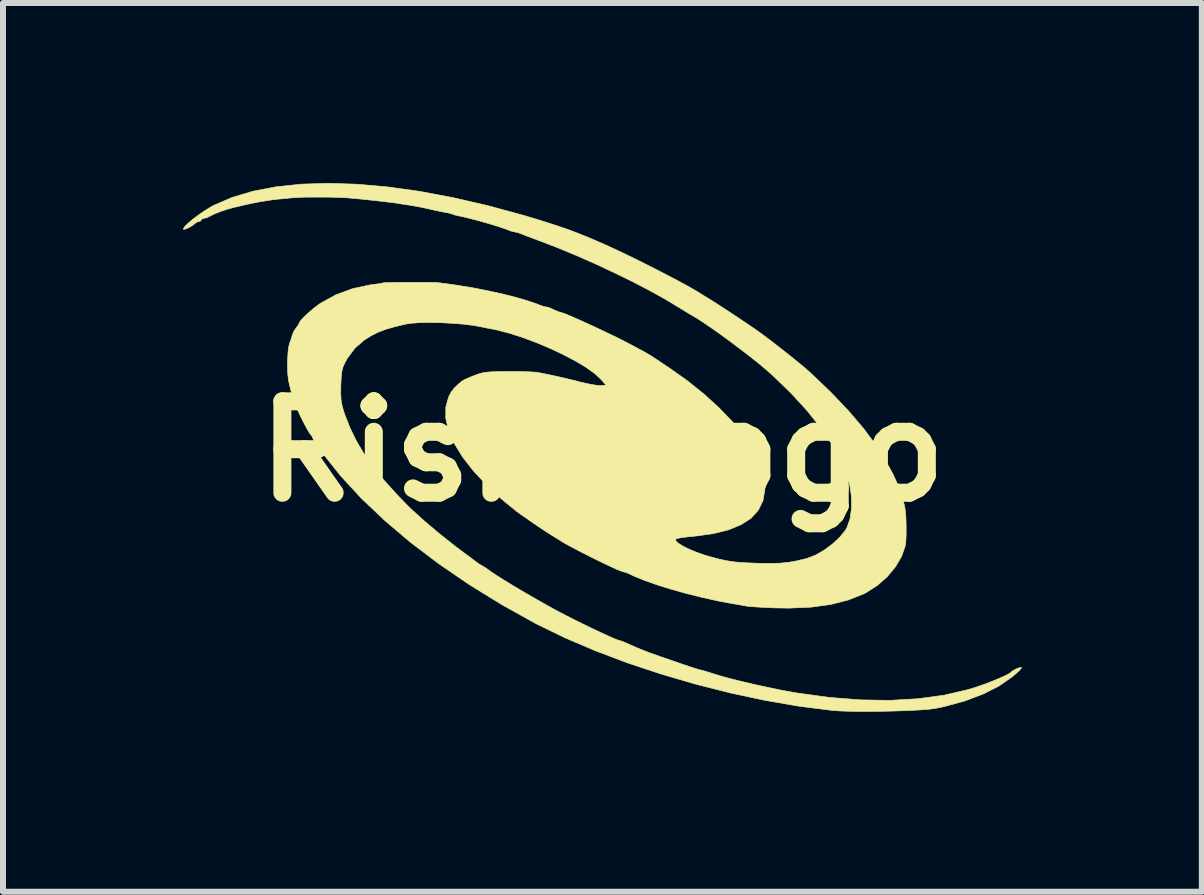
<source format=kicad_pcb>
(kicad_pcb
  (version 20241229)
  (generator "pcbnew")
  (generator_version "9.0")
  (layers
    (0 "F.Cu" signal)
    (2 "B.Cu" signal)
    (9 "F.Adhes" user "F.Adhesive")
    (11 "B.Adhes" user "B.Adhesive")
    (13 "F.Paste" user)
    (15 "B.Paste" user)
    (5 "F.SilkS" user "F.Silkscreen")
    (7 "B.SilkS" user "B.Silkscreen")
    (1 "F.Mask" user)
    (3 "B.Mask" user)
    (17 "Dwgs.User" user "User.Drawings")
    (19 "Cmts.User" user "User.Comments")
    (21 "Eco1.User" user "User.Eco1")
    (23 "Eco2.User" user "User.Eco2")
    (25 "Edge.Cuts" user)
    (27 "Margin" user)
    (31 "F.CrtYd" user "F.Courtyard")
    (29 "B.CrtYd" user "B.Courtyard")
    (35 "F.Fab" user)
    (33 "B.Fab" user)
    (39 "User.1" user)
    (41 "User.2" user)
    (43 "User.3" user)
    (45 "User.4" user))
  (footprint "RiskeLogo"
    (layer "F.Cu")
    (at 6.99 4.473)
    (property "Reference" "RiskeLogo" (at 0 0 0) (layer "F.SilkS") (effects (font (size 1.524 1.524) (thickness 0.3))))
    (attr through_hole)
    (fp_poly (pts (xy -4.089 -4.453) (xy -3.581 -4.408) (xy -3.048 -4.334) (xy -2.493 -4.23) (xy -1.917 -4.098) (xy -1.322 -3.936) (xy -1.029 -3.848) (xy -0.795 -3.773) (xy -0.588 -3.703) (xy -0.394 -3.63) (xy -0.197 -3.55) (xy 0.017 -3.457) (xy 0.229 -3.36) (xy 0.377 -3.29) (xy 0.546 -3.208) (xy 0.726 -3.118) (xy 0.91 -3.025) (xy 1.089 -2.932) (xy 1.255 -2.845) (xy 1.4 -2.767) (xy 1.515 -2.702) (xy 1.589 -2.658) (xy 1.665 -2.61) (xy 1.754 -2.556) (xy 1.78 -2.54) (xy 1.838 -2.504) (xy 1.927 -2.447) (xy 2.038 -2.375) (xy 2.161 -2.294) (xy 2.284 -2.213) (xy 2.399 -2.136) (xy 2.494 -2.071) (xy 2.54 -2.04) (xy 2.657 -1.956) (xy 2.796 -1.852) (xy 2.946 -1.736) (xy 3.098 -1.617) (xy 3.24 -1.502) (xy 3.364 -1.4) (xy 3.457 -1.319) (xy 3.464 -1.312) (xy 3.802 -0.99) (xy 4.098 -0.679) (xy 4.351 -0.383) (xy 4.56 -0.102) (xy 4.723 0.162) (xy 4.725 0.165) (xy 4.771 0.248) (xy 4.809 0.317) (xy 4.83 0.356) (xy 4.858 0.412) (xy 4.895 0.495) (xy 4.934 0.588) (xy 4.968 0.673) (xy 4.991 0.736) (xy 4.995 0.749) (xy 5.009 0.805) (xy 5.029 0.884) (xy 5.037 0.914) (xy 5.049 0.993) (xy 5.058 1.106) (xy 5.062 1.237) (xy 5.062 1.369) (xy 5.058 1.485) (xy 5.048 1.57) (xy 5.047 1.575) (xy 4.987 1.748) (xy 4.885 1.922) (xy 4.749 2.086) (xy 4.586 2.231) (xy 4.403 2.349) (xy 4.364 2.37) (xy 4.102 2.475) (xy 3.807 2.551) (xy 3.477 2.596) (xy 3.109 2.612) (xy 2.871 2.608) (xy 2.729 2.602) (xy 2.602 2.595) (xy 2.499 2.588) (xy 2.431 2.582) (xy 2.413 2.58) (xy 2.356 2.57) (xy 2.268 2.554) (xy 2.172 2.538) (xy 1.926 2.492) (xy 1.669 2.435) (xy 1.41 2.371) (xy 1.159 2.301) (xy 0.925 2.229) (xy 0.717 2.156) (xy 0.545 2.087) (xy 0.463 2.048) (xy 0.399 2.02) (xy 0.35 2.007) (xy 0.347 2.007) (xy 0.31 1.995) (xy 0.237 1.965) (xy 0.135 1.918) (xy 0.013 1.86) (xy -0.121 1.795) (xy -0.259 1.726) (xy -0.392 1.658) (xy -0.513 1.594) (xy -0.613 1.54) (xy -0.683 1.498) (xy -0.686 1.496) (xy -0.745 1.459) (xy -0.824 1.41) (xy -0.87 1.382) (xy -0.951 1.33) (xy -1.053 1.262) (xy -1.155 1.193) (xy -1.162 1.188) (xy -1.248 1.127) (xy -1.324 1.075) (xy -1.374 1.04) (xy -1.381 1.035) (xy -1.433 0.998) (xy -1.457 0.978) (xy -1.491 0.949) (xy -1.551 0.901) (xy -1.613 0.851) (xy -1.69 0.786) (xy -1.785 0.7) (xy -1.883 0.607) (xy -1.919 0.572) (xy -2.149 0.326) (xy -2.333 0.089) (xy -2.472 -0.137) (xy -2.565 -0.351) (xy -2.611 -0.552) (xy -2.61 -0.739) (xy -2.564 -0.904) (xy -2.522 -0.986) (xy -2.467 -1.058) (xy -2.386 -1.134) (xy -2.343 -1.17) (xy -2.304 -1.192) (xy -2.233 -1.225) (xy -2.144 -1.261) (xy -2.14 -1.263) (xy -2.07 -1.289) (xy -2.006 -1.307) (xy -1.939 -1.319) (xy -1.855 -1.326) (xy -1.745 -1.33) (xy -1.597 -1.332) (xy -1.575 -1.332) (xy -1.43 -1.331) (xy -1.294 -1.329) (xy -1.181 -1.324) (xy -1.101 -1.319) (xy -1.079 -1.316) (xy -0.891 -1.279) (xy -0.67 -1.23) (xy -0.432 -1.173) (xy -0.364 -1.155) (xy -0.246 -1.128) (xy -0.139 -1.108) (xy -0.056 -1.097) (xy -0.022 -1.097) (xy 0.061 -1.105) (xy -0.027 -1.204) (xy -0.128 -1.298) (xy -0.271 -1.4) (xy -0.448 -1.506) (xy -0.649 -1.612) (xy -0.869 -1.716) (xy -1.097 -1.812) (xy -1.327 -1.898) (xy -1.55 -1.97) (xy -1.759 -2.024) (xy -1.88 -2.048) (xy -1.958 -2.062) (xy -2.007 -2.073) (xy -2.145 -2.099) (xy -2.314 -2.12) (xy -2.502 -2.135) (xy -2.696 -2.145) (xy -2.884 -2.149) (xy -3.054 -2.145) (xy -3.195 -2.135) (xy -3.264 -2.124) (xy -3.456 -2.079) (xy -3.61 -2.035) (xy -3.739 -1.986) (xy -3.855 -1.927) (xy -3.969 -1.856) (xy -4.121 -1.725) (xy -4.25 -1.553) (xy -4.294 -1.473) (xy -4.323 -1.41) (xy -4.341 -1.342) (xy -4.352 -1.256) (xy -4.358 -1.138) (xy -4.36 -1.092) (xy -4.361 -0.961) (xy -4.356 -0.862) (xy -4.342 -0.776) (xy -4.317 -0.684) (xy -4.295 -0.617) (xy -4.207 -0.393) (xy -4.101 -0.175) (xy -3.986 0.02) (xy -3.934 0.094) (xy -3.883 0.164) (xy -3.848 0.218) (xy -3.835 0.243) (xy -3.819 0.269) (xy -3.774 0.325) (xy -3.707 0.404) (xy -3.624 0.499) (xy -3.531 0.601) (xy -3.436 0.706) (xy -3.343 0.804) (xy -3.261 0.889) (xy -3.196 0.953) (xy -2.974 1.155) (xy -2.723 1.367) (xy -2.458 1.577) (xy -2.305 1.692) (xy -2.219 1.755) (xy -2.149 1.808) (xy -2.103 1.843) (xy -2.094 1.85) (xy -2.052 1.879) (xy -2.007 1.905) (xy -1.951 1.938) (xy -1.919 1.96) (xy -1.859 2.004) (xy -1.762 2.069) (xy -1.635 2.149) (xy -1.485 2.24) (xy -1.32 2.338) (xy -1.147 2.439) (xy -0.972 2.538) (xy -0.805 2.631) (xy -0.724 2.675) (xy -0.608 2.735) (xy -0.475 2.803) (xy -0.332 2.873) (xy -0.189 2.943) (xy -0.051 3.008) (xy 0.072 3.065) (xy 0.173 3.11) (xy 0.244 3.139) (xy 0.278 3.15) (xy 0.31 3.159) (xy 0.376 3.185) (xy 0.461 3.222) (xy 0.474 3.228) (xy 0.585 3.277) (xy 0.701 3.324) (xy 0.787 3.357) (xy 0.974 3.423) (xy 1.151 3.484) (xy 1.31 3.539) (xy 1.446 3.585) (xy 1.551 3.619) (xy 1.619 3.639) (xy 1.638 3.644) (xy 1.689 3.656) (xy 1.768 3.68) (xy 1.842 3.704) (xy 1.97 3.743) (xy 2.137 3.789) (xy 2.332 3.837) (xy 2.544 3.887) (xy 2.761 3.934) (xy 2.973 3.978) (xy 3.168 4.014) (xy 3.233 4.025) (xy 3.779 4.1) (xy 4.301 4.141) (xy 4.796 4.149) (xy 5.261 4.122) (xy 5.695 4.063) (xy 6.094 3.97) (xy 6.239 3.925) (xy 6.377 3.877) (xy 6.51 3.826) (xy 6.629 3.776) (xy 6.725 3.733) (xy 6.788 3.698) (xy 6.807 3.682) (xy 6.839 3.656) (xy 6.89 3.628) (xy 6.942 3.607) (xy 6.978 3.6) (xy 6.985 3.605) (xy 6.967 3.632) (xy 6.918 3.68) (xy 6.848 3.742) (xy 6.826 3.759) (xy 6.607 3.911) (xy 6.344 4.044) (xy 6.043 4.158) (xy 5.707 4.25) (xy 5.55 4.283) (xy 5.455 4.296) (xy 5.318 4.307) (xy 5.149 4.317) (xy 4.958 4.324) (xy 4.752 4.33) (xy 4.543 4.333) (xy 4.339 4.334) (xy 4.149 4.332) (xy 3.983 4.327) (xy 3.85 4.319) (xy 3.823 4.316) (xy 3.276 4.247) (xy 2.709 4.149) (xy 2.13 4.025) (xy 1.549 3.878) (xy 0.974 3.709) (xy 0.413 3.523) (xy -0.124 3.32) (xy -0.629 3.104) (xy -1.093 2.878) (xy -1.118 2.865) (xy -1.682 2.551) (xy -2.219 2.22) (xy -2.723 1.875) (xy -3.194 1.519) (xy -3.626 1.153) (xy -4.018 0.781) (xy -4.365 0.405) (xy -4.665 0.028) (xy -4.706 -0.029) (xy -4.762 -0.11) (xy -4.804 -0.177) (xy -4.825 -0.217) (xy -4.826 -0.222) (xy -4.843 -0.259) (xy -4.858 -0.274) (xy -4.885 -0.311) (xy -4.927 -0.382) (xy -4.978 -0.479) (xy -5.033 -0.588) (xy -5.084 -0.7) (xy -5.089 -0.711) (xy -5.147 -0.865) (xy -5.199 -1.039) (xy -5.231 -1.181) (xy -5.243 -1.278) (xy -5.248 -1.398) (xy -5.247 -1.526) (xy -5.24 -1.647) (xy -5.228 -1.746) (xy -5.213 -1.803) (xy -5.185 -1.879) (xy -5.171 -1.932) (xy -5.144 -2) (xy -5.106 -2.057) (xy -5.07 -2.105) (xy -5.055 -2.137) (xy -5.036 -2.171) (xy -4.986 -2.227) (xy -4.915 -2.295) (xy -4.832 -2.368) (xy -4.747 -2.434) (xy -4.695 -2.471) (xy -4.443 -2.609) (xy -4.164 -2.712) (xy -3.872 -2.775) (xy -3.81 -2.783) (xy -3.73 -2.793) (xy -3.672 -2.803) (xy -3.654 -2.809) (xy -3.625 -2.812) (xy -3.555 -2.814) (xy -3.453 -2.816) (xy -3.328 -2.817) (xy -3.19 -2.818) (xy -3.047 -2.818) (xy -2.911 -2.817) (xy -2.789 -2.816) (xy -2.781 -2.816) (xy -2.738 -2.812) (xy -2.655 -2.801) (xy -2.545 -2.787) (xy -2.42 -2.769) (xy -2.41 -2.767) (xy -2.163 -2.727) (xy -1.913 -2.678) (xy -1.67 -2.625) (xy -1.444 -2.568) (xy -1.246 -2.51) (xy -1.086 -2.455) (xy -1.055 -2.442) (xy -0.988 -2.418) (xy -0.942 -2.407) (xy -0.933 -2.407) (xy -0.9 -2.4) (xy -0.841 -2.376) (xy -0.813 -2.362) (xy -0.743 -2.331) (xy -0.688 -2.313) (xy -0.676 -2.311) (xy -0.642 -2.301) (xy -0.571 -2.272) (xy -0.47 -2.229) (xy -0.347 -2.174) (xy -0.211 -2.112) (xy -0.068 -2.046) (xy 0.072 -1.979) (xy 0.203 -1.917) (xy 0.315 -1.861) (xy 0.358 -1.839) (xy 0.545 -1.741) (xy 0.688 -1.664) (xy 0.789 -1.606) (xy 0.837 -1.576) (xy 0.886 -1.543) (xy 0.964 -1.491) (xy 1.059 -1.427) (xy 1.12 -1.387) (xy 1.416 -1.177) (xy 1.693 -0.955) (xy 1.945 -0.725) (xy 2.169 -0.492) (xy 2.357 -0.262) (xy 2.506 -0.04) (xy 2.567 0.074) (xy 2.646 0.256) (xy 2.692 0.419) (xy 2.708 0.576) (xy 2.707 0.644) (xy 2.675 0.823) (xy 2.599 0.979) (xy 2.479 1.112) (xy 2.313 1.221) (xy 2.102 1.307) (xy 1.847 1.371) (xy 1.562 1.41) (xy 1.405 1.426) (xy 1.297 1.441) (xy 1.236 1.454) (xy 1.223 1.461) (xy 1.223 1.49) (xy 1.265 1.531) (xy 1.341 1.578) (xy 1.443 1.629) (xy 1.565 1.68) (xy 1.698 1.727) (xy 1.801 1.757) (xy 1.941 1.794) (xy 2.058 1.82) (xy 2.167 1.838) (xy 2.282 1.85) (xy 2.419 1.858) (xy 2.591 1.864) (xy 2.603 1.865) (xy 2.798 1.868) (xy 2.958 1.863) (xy 3.101 1.849) (xy 3.243 1.824) (xy 3.401 1.786) (xy 3.411 1.783) (xy 3.549 1.73) (xy 3.696 1.646) (xy 3.837 1.541) (xy 3.961 1.425) (xy 4.053 1.309) (xy 4.075 1.27) (xy 4.127 1.124) (xy 4.151 0.948) (xy 4.15 0.753) (xy 4.121 0.554) (xy 4.077 0.394) (xy 3.972 0.142) (xy 3.823 -0.124) (xy 3.634 -0.4) (xy 3.408 -0.682) (xy 3.148 -0.966) (xy 2.859 -1.246) (xy 2.728 -1.363) (xy 2.611 -1.462) (xy 2.469 -1.575) (xy 2.31 -1.697) (xy 2.144 -1.822) (xy 1.978 -1.944) (xy 1.821 -2.055) (xy 1.68 -2.151) (xy 1.565 -2.226) (xy 1.506 -2.26) (xy 1.425 -2.307) (xy 1.332 -2.364) (xy 1.295 -2.387) (xy 1.073 -2.522) (xy 0.812 -2.668) (xy 0.521 -2.82) (xy 0.209 -2.973) (xy -0.113 -3.124) (xy -0.437 -3.266) (xy -0.752 -3.397) (xy -1.05 -3.511) (xy -1.067 -3.517) (xy -1.17 -3.556) (xy -1.266 -3.592) (xy -1.335 -3.62) (xy -1.341 -3.622) (xy -1.407 -3.646) (xy -1.457 -3.657) (xy -1.461 -3.658) (xy -1.507 -3.667) (xy -1.573 -3.691) (xy -1.58 -3.694) (xy -1.66 -3.723) (xy -1.776 -3.761) (xy -1.914 -3.802) (xy -2.061 -3.844) (xy -2.202 -3.881) (xy -2.325 -3.911) (xy -2.398 -3.926) (xy -2.459 -3.94) (xy -2.495 -3.953) (xy -2.534 -3.967) (xy -2.598 -3.98) (xy -2.599 -3.98) (xy -2.662 -3.991) (xy -2.757 -4.011) (xy -2.864 -4.035) (xy -2.884 -4.039) (xy -3 -4.065) (xy -3.115 -4.087) (xy -3.207 -4.102) (xy -3.214 -4.104) (xy -3.299 -4.116) (xy -3.37 -4.127) (xy -3.391 -4.131) (xy -3.45 -4.14) (xy -3.547 -4.152) (xy -3.672 -4.167) (xy -3.812 -4.183) (xy -3.955 -4.198) (xy -4.09 -4.212) (xy -4.205 -4.222) (xy -4.28 -4.228) (xy -4.39 -4.233) (xy -4.527 -4.237) (xy -4.677 -4.238) (xy -4.828 -4.238) (xy -4.965 -4.237) (xy -5.074 -4.233) (xy -5.131 -4.229) (xy -5.204 -4.223) (xy -5.304 -4.213) (xy -5.389 -4.206) (xy -5.523 -4.19) (xy -5.684 -4.165) (xy -5.847 -4.134) (xy -5.99 -4.102) (xy -5.994 -4.101) (xy -6.065 -4.084) (xy -6.145 -4.065) (xy -6.147 -4.065) (xy -6.25 -4.036) (xy -6.36 -4) (xy -6.459 -3.961) (xy -6.53 -3.927) (xy -6.54 -3.92) (xy -6.598 -3.893) (xy -6.635 -3.886) (xy -6.673 -3.874) (xy -6.68 -3.861) (xy -6.701 -3.838) (xy -6.716 -3.835) (xy -6.764 -3.819) (xy -6.788 -3.801) (xy -6.833 -3.765) (xy -6.891 -3.731) (xy -6.944 -3.707) (xy -6.979 -3.7) (xy -6.985 -3.706) (xy -6.965 -3.742) (xy -6.91 -3.798) (xy -6.829 -3.867) (xy -6.732 -3.94) (xy -6.627 -4.012) (xy -6.523 -4.075) (xy -6.478 -4.1) (xy -6.169 -4.233) (xy -5.821 -4.337) (xy -5.437 -4.41) (xy -5.019 -4.454) (xy -4.569 -4.468) (xy -4.089 -4.453)) (stroke (width 0.01) (type solid)) (fill yes) (layer "F.SilkS")))
  (gr_rect
    (start -3 -3)
    (end 16.98 11.812)
    (stroke (width 0.1) (type default))
    (fill no)
    (layer "Edge.Cuts")))
</source>
